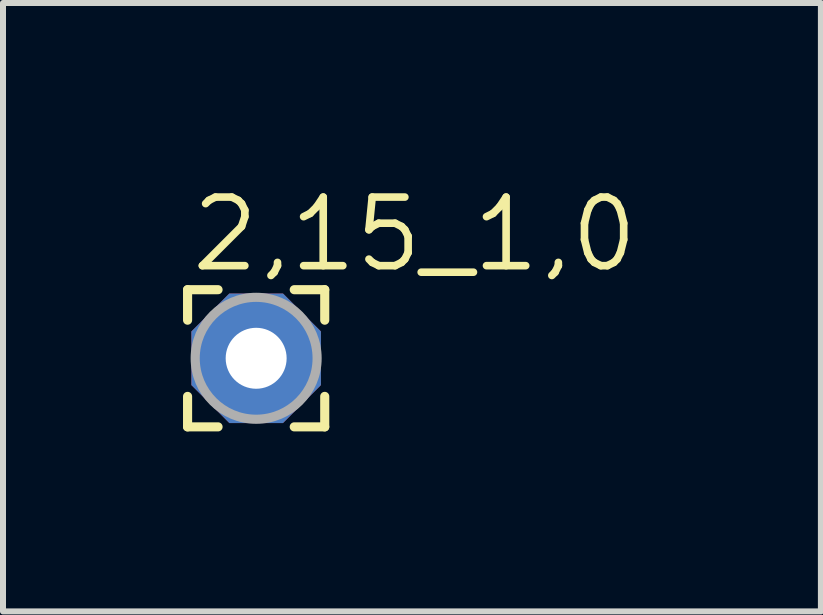
<source format=kicad_pcb>
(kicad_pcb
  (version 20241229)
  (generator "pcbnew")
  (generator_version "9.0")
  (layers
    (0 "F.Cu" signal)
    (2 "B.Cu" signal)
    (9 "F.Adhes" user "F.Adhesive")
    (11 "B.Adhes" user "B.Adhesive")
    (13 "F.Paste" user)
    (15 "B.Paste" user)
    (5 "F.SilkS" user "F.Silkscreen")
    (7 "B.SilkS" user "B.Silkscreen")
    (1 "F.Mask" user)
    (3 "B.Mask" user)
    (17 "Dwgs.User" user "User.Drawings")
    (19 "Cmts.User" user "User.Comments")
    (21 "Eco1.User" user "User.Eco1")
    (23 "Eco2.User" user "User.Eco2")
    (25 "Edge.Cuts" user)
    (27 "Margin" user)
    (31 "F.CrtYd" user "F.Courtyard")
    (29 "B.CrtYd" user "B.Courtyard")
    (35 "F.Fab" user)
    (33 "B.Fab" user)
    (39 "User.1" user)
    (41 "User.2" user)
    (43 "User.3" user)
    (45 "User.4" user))
  (footprint "2,15_1,0"
    (layer "F.Cu")
    (at 1.219 2.921)
    (property "Reference" "2,15_1,0" (at -1.143 -1.397 0) (layer "F.SilkS") (effects (font (size 1.143 1.143) (thickness 0.127)) (justify left bottom)))
    (fp_line (start -1.143 -1.143) (end -1.143 -0.635) (stroke (width 0.152) (type solid)) (layer "F.SilkS"))
    (fp_line (start -1.143 0.635) (end -1.143 1.143) (stroke (width 0.152) (type solid)) (layer "F.SilkS"))
    (fp_line (start -1.143 1.143) (end -0.635 1.143) (stroke (width 0.152) (type solid)) (layer "F.SilkS"))
    (fp_line (start -0.635 -1.143) (end -1.143 -1.143) (stroke (width 0.152) (type solid)) (layer "F.SilkS"))
    (fp_line (start 1.143 -1.143) (end 0.635 -1.143) (stroke (width 0.152) (type solid)) (layer "F.SilkS"))
    (fp_line (start 1.143 -0.635) (end 1.143 -1.143) (stroke (width 0.152) (type solid)) (layer "F.SilkS"))
    (fp_line (start 1.143 1.143) (end 0.635 1.143) (stroke (width 0.152) (type solid)) (layer "F.SilkS"))
    (fp_line (start 1.143 1.143) (end 1.143 0.635) (stroke (width 0.152) (type solid)) (layer "F.SilkS"))
    (fp_circle (center 0 0) (end 1.016 0) (stroke (width 0.152) (type solid)) (fill no) (layer "F.Fab"))
    (pad "1" thru_hole roundrect (at 0 0) (size 2.159 2.159) (drill 1.016) (layers "*.Cu" "*.Mask") (roundrect_rratio 0.25) (chamfer_ratio 0.293) (chamfer top_left top_right bottom_left bottom_right)))
  (gr_rect
    (start -3 -3)
    (end 10.631 7.14)
    (stroke (width 0.1) (type default))
    (fill no)
    (layer "Edge.Cuts")))
</source>
